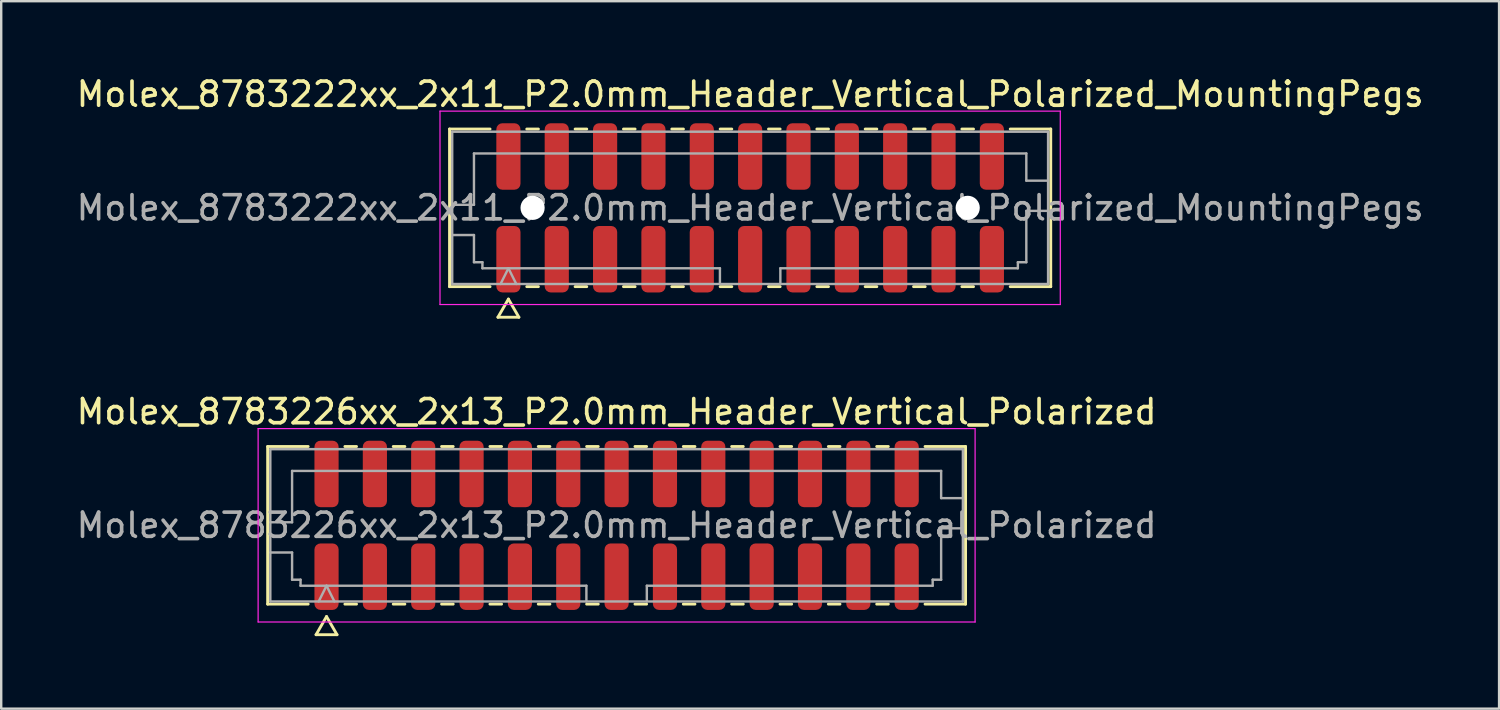
<source format=kicad_pcb>
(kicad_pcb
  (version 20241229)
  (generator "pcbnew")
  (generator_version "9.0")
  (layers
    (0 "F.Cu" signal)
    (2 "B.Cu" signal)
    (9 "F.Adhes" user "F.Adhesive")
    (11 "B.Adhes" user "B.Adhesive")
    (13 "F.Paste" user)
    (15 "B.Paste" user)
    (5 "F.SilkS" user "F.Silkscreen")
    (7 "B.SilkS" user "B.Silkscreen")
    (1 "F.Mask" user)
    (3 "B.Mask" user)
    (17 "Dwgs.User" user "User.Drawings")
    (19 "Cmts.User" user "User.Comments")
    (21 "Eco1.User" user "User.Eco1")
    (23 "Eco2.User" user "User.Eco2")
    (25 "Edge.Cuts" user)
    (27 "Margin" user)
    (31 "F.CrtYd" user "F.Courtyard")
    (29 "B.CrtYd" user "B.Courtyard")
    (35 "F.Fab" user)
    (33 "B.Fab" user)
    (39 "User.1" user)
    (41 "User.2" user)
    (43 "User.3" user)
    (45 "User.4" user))
  (footprint "Molex_8783222xx_2x11_P2.0mm_Header_Vertical_Polarized_MountingPegs"
    (layer "F.Cu")
    (at 27.982 5.548)
    (property "Reference" "Molex_8783222xx_2x11_P2.0mm_Header_Vertical_Polarized_MountingPegs" (at 0 -4.7 0) (layer "F.SilkS") (effects (font (size 1 1) (thickness 0.15))))
    (attr smd)
    (fp_line (start -12.435 -3.26) (end -10.76 -3.26) (stroke (width 0.12) (type solid)) (layer "F.SilkS"))
    (fp_line (start -12.435 3.26) (end -12.435 -3.26) (stroke (width 0.12) (type solid)) (layer "F.SilkS"))
    (fp_line (start -10.76 3.26) (end -12.435 3.26) (stroke (width 0.12) (type solid)) (layer "F.SilkS"))
    (fp_line (start -10.433 4.525) (end -10 3.775) (stroke (width 0.12) (type solid)) (layer "F.SilkS"))
    (fp_line (start -10 3.775) (end -9.567 4.525) (stroke (width 0.12) (type solid)) (layer "F.SilkS"))
    (fp_line (start -9.567 4.525) (end -10.433 4.525) (stroke (width 0.12) (type solid)) (layer "F.SilkS"))
    (fp_line (start -9.24 -3.26) (end -8.76 -3.26) (stroke (width 0.12) (type solid)) (layer "F.SilkS"))
    (fp_line (start -8.76 3.26) (end -9.24 3.26) (stroke (width 0.12) (type solid)) (layer "F.SilkS"))
    (fp_line (start -7.24 -3.26) (end -6.76 -3.26) (stroke (width 0.12) (type solid)) (layer "F.SilkS"))
    (fp_line (start -6.76 3.26) (end -7.24 3.26) (stroke (width 0.12) (type solid)) (layer "F.SilkS"))
    (fp_line (start -5.24 -3.26) (end -4.76 -3.26) (stroke (width 0.12) (type solid)) (layer "F.SilkS"))
    (fp_line (start -4.76 3.26) (end -5.24 3.26) (stroke (width 0.12) (type solid)) (layer "F.SilkS"))
    (fp_line (start -3.24 -3.26) (end -2.76 -3.26) (stroke (width 0.12) (type solid)) (layer "F.SilkS"))
    (fp_line (start -2.76 3.26) (end -3.24 3.26) (stroke (width 0.12) (type solid)) (layer "F.SilkS"))
    (fp_line (start -1.24 -3.26) (end -0.76 -3.26) (stroke (width 0.12) (type solid)) (layer "F.SilkS"))
    (fp_line (start -0.76 3.26) (end -1.24 3.26) (stroke (width 0.12) (type solid)) (layer "F.SilkS"))
    (fp_line (start 0.76 -3.26) (end 1.24 -3.26) (stroke (width 0.12) (type solid)) (layer "F.SilkS"))
    (fp_line (start 1.24 3.26) (end 0.76 3.26) (stroke (width 0.12) (type solid)) (layer "F.SilkS"))
    (fp_line (start 2.76 -3.26) (end 3.24 -3.26) (stroke (width 0.12) (type solid)) (layer "F.SilkS"))
    (fp_line (start 3.24 3.26) (end 2.76 3.26) (stroke (width 0.12) (type solid)) (layer "F.SilkS"))
    (fp_line (start 4.76 -3.26) (end 5.24 -3.26) (stroke (width 0.12) (type solid)) (layer "F.SilkS"))
    (fp_line (start 5.24 3.26) (end 4.76 3.26) (stroke (width 0.12) (type solid)) (layer "F.SilkS"))
    (fp_line (start 6.76 -3.26) (end 7.24 -3.26) (stroke (width 0.12) (type solid)) (layer "F.SilkS"))
    (fp_line (start 7.24 3.26) (end 6.76 3.26) (stroke (width 0.12) (type solid)) (layer "F.SilkS"))
    (fp_line (start 8.76 -3.26) (end 9.24 -3.26) (stroke (width 0.12) (type solid)) (layer "F.SilkS"))
    (fp_line (start 9.24 3.26) (end 8.76 3.26) (stroke (width 0.12) (type solid)) (layer "F.SilkS"))
    (fp_line (start 10.76 -3.26) (end 12.435 -3.26) (stroke (width 0.12) (type solid)) (layer "F.SilkS"))
    (fp_line (start 12.435 -3.26) (end 12.435 3.26) (stroke (width 0.12) (type solid)) (layer "F.SilkS"))
    (fp_line (start 12.435 3.26) (end 10.76 3.26) (stroke (width 0.12) (type solid)) (layer "F.SilkS"))
    (fp_line (start -12.83 -4) (end -12.83 4) (stroke (width 0.05) (type solid)) (layer "F.CrtYd"))
    (fp_line (start -12.83 4) (end 12.83 4) (stroke (width 0.05) (type solid)) (layer "F.CrtYd"))
    (fp_line (start 12.83 -4) (end -12.83 -4) (stroke (width 0.05) (type solid)) (layer "F.CrtYd"))
    (fp_line (start 12.83 4) (end 12.83 -4) (stroke (width 0.05) (type solid)) (layer "F.CrtYd"))
    (fp_line (start -12.325 -3.15) (end 12.325 -3.15) (stroke (width 0.1) (type solid)) (layer "F.Fab"))
    (fp_line (start -12.325 -0.125) (end -11.425 -0.125) (stroke (width 0.1) (type solid)) (layer "F.Fab"))
    (fp_line (start -12.325 1.125) (end -11.425 1.125) (stroke (width 0.1) (type solid)) (layer "F.Fab"))
    (fp_line (start -12.325 3.15) (end -12.325 -3.15) (stroke (width 0.1) (type solid)) (layer "F.Fab"))
    (fp_line (start -11.425 -2.25) (end 11.425 -2.25) (stroke (width 0.1) (type solid)) (layer "F.Fab"))
    (fp_line (start -11.425 -0.125) (end -11.425 -2.25) (stroke (width 0.1) (type solid)) (layer "F.Fab"))
    (fp_line (start -11.425 1.125) (end -11.425 2.25) (stroke (width 0.1) (type solid)) (layer "F.Fab"))
    (fp_line (start -11.425 2.25) (end -11.075 2.25) (stroke (width 0.1) (type solid)) (layer "F.Fab"))
    (fp_line (start -11.075 2.25) (end -11.075 2.5) (stroke (width 0.1) (type solid)) (layer "F.Fab"))
    (fp_line (start -11.075 2.5) (end -1.25 2.5) (stroke (width 0.1) (type solid)) (layer "F.Fab"))
    (fp_line (start -10.325 3.15) (end -10 2.5) (stroke (width 0.1) (type solid)) (layer "F.Fab"))
    (fp_line (start -10 2.5) (end -9.675 3.15) (stroke (width 0.1) (type solid)) (layer "F.Fab"))
    (fp_line (start -1.25 2.5) (end -1.25 3.15) (stroke (width 0.1) (type solid)) (layer "F.Fab"))
    (fp_line (start 1.25 2.5) (end 1.25 3.15) (stroke (width 0.1) (type solid)) (layer "F.Fab"))
    (fp_line (start 1.25 2.5) (end 11.075 2.5) (stroke (width 0.1) (type solid)) (layer "F.Fab"))
    (fp_line (start 11.075 2.25) (end 11.425 2.25) (stroke (width 0.1) (type solid)) (layer "F.Fab"))
    (fp_line (start 11.075 2.5) (end 11.075 2.25) (stroke (width 0.1) (type solid)) (layer "F.Fab"))
    (fp_line (start 11.425 -2.25) (end 11.425 -1.125) (stroke (width 0.1) (type solid)) (layer "F.Fab"))
    (fp_line (start 11.425 -1.125) (end 12.325 -1.125) (stroke (width 0.1) (type solid)) (layer "F.Fab"))
    (fp_line (start 11.425 0.125) (end 12.325 0.125) (stroke (width 0.1) (type solid)) (layer "F.Fab"))
    (fp_line (start 11.425 2.25) (end 11.425 0.125) (stroke (width 0.1) (type solid)) (layer "F.Fab"))
    (fp_line (start 12.325 -3.15) (end 12.325 3.15) (stroke (width 0.1) (type solid)) (layer "F.Fab"))
    (fp_line (start 12.325 3.15) (end -12.325 3.15) (stroke (width 0.1) (type solid)) (layer "F.Fab"))
    (fp_text user "${REFERENCE}" (at 0 0 0) (layer "F.Fab") (effects (font (size 1 1) (thickness 0.15))))
    (pad "" np_thru_hole circle (at -9 0) (size 1 1) (drill 1) (layers "*.Cu" "*.Mask"))
    (pad "" np_thru_hole circle (at 9 0) (size 1 1) (drill 1) (layers "*.Cu" "*.Mask"))
    (pad "1" smd roundrect (at -10 2.125) (size 1 2.75) (layers "F.Cu" "F.Mask" "F.Paste") (roundrect_rratio 0.25))
    (pad "2" smd roundrect (at -10 -2.125) (size 1 2.75) (layers "F.Cu" "F.Mask" "F.Paste") (roundrect_rratio 0.25))
    (pad "3" smd roundrect (at -8 2.125) (size 1 2.75) (layers "F.Cu" "F.Mask" "F.Paste") (roundrect_rratio 0.25))
    (pad "4" smd roundrect (at -8 -2.125) (size 1 2.75) (layers "F.Cu" "F.Mask" "F.Paste") (roundrect_rratio 0.25))
    (pad "5" smd roundrect (at -6 2.125) (size 1 2.75) (layers "F.Cu" "F.Mask" "F.Paste") (roundrect_rratio 0.25))
    (pad "6" smd roundrect (at -6 -2.125) (size 1 2.75) (layers "F.Cu" "F.Mask" "F.Paste") (roundrect_rratio 0.25))
    (pad "7" smd roundrect (at -4 2.125) (size 1 2.75) (layers "F.Cu" "F.Mask" "F.Paste") (roundrect_rratio 0.25))
    (pad "8" smd roundrect (at -4 -2.125) (size 1 2.75) (layers "F.Cu" "F.Mask" "F.Paste") (roundrect_rratio 0.25))
    (pad "9" smd roundrect (at -2 2.125) (size 1 2.75) (layers "F.Cu" "F.Mask" "F.Paste") (roundrect_rratio 0.25))
    (pad "10" smd roundrect (at -2 -2.125) (size 1 2.75) (layers "F.Cu" "F.Mask" "F.Paste") (roundrect_rratio 0.25))
    (pad "11" smd roundrect (at 0 2.125) (size 1 2.75) (layers "F.Cu" "F.Mask" "F.Paste") (roundrect_rratio 0.25))
    (pad "12" smd roundrect (at 0 -2.125) (size 1 2.75) (layers "F.Cu" "F.Mask" "F.Paste") (roundrect_rratio 0.25))
    (pad "13" smd roundrect (at 2 2.125) (size 1 2.75) (layers "F.Cu" "F.Mask" "F.Paste") (roundrect_rratio 0.25))
    (pad "14" smd roundrect (at 2 -2.125) (size 1 2.75) (layers "F.Cu" "F.Mask" "F.Paste") (roundrect_rratio 0.25))
    (pad "15" smd roundrect (at 4 2.125) (size 1 2.75) (layers "F.Cu" "F.Mask" "F.Paste") (roundrect_rratio 0.25))
    (pad "16" smd roundrect (at 4 -2.125) (size 1 2.75) (layers "F.Cu" "F.Mask" "F.Paste") (roundrect_rratio 0.25))
    (pad "17" smd roundrect (at 6 2.125) (size 1 2.75) (layers "F.Cu" "F.Mask" "F.Paste") (roundrect_rratio 0.25))
    (pad "18" smd roundrect (at 6 -2.125) (size 1 2.75) (layers "F.Cu" "F.Mask" "F.Paste") (roundrect_rratio 0.25))
    (pad "19" smd roundrect (at 8 2.125) (size 1 2.75) (layers "F.Cu" "F.Mask" "F.Paste") (roundrect_rratio 0.25))
    (pad "20" smd roundrect (at 8 -2.125) (size 1 2.75) (layers "F.Cu" "F.Mask" "F.Paste") (roundrect_rratio 0.25))
    (pad "21" smd roundrect (at 10 2.125) (size 1 2.75) (layers "F.Cu" "F.Mask" "F.Paste") (roundrect_rratio 0.25))
    (pad "22" smd roundrect (at 10 -2.125) (size 1 2.75) (layers "F.Cu" "F.Mask" "F.Paste") (roundrect_rratio 0.25)))
  (footprint "Molex_8783226xx_2x13_P2.0mm_Header_Vertical_Polarized"
    (layer "F.Cu")
    (at 22.458 18.681)
    (property "Reference" "Molex_8783226xx_2x13_P2.0mm_Header_Vertical_Polarized" (at 0 -4.7 0) (layer "F.SilkS") (effects (font (size 1 1) (thickness 0.15))))
    (attr smd)
    (fp_line (start -14.435 -3.26) (end -12.76 -3.26) (stroke (width 0.12) (type solid)) (layer "F.SilkS"))
    (fp_line (start -14.435 3.26) (end -14.435 -3.26) (stroke (width 0.12) (type solid)) (layer "F.SilkS"))
    (fp_line (start -12.76 3.26) (end -14.435 3.26) (stroke (width 0.12) (type solid)) (layer "F.SilkS"))
    (fp_line (start -12.433 4.525) (end -12 3.775) (stroke (width 0.12) (type solid)) (layer "F.SilkS"))
    (fp_line (start -12 3.775) (end -11.567 4.525) (stroke (width 0.12) (type solid)) (layer "F.SilkS"))
    (fp_line (start -11.567 4.525) (end -12.433 4.525) (stroke (width 0.12) (type solid)) (layer "F.SilkS"))
    (fp_line (start -11.24 -3.26) (end -10.76 -3.26) (stroke (width 0.12) (type solid)) (layer "F.SilkS"))
    (fp_line (start -10.76 3.26) (end -11.24 3.26) (stroke (width 0.12) (type solid)) (layer "F.SilkS"))
    (fp_line (start -9.24 -3.26) (end -8.76 -3.26) (stroke (width 0.12) (type solid)) (layer "F.SilkS"))
    (fp_line (start -8.76 3.26) (end -9.24 3.26) (stroke (width 0.12) (type solid)) (layer "F.SilkS"))
    (fp_line (start -7.24 -3.26) (end -6.76 -3.26) (stroke (width 0.12) (type solid)) (layer "F.SilkS"))
    (fp_line (start -6.76 3.26) (end -7.24 3.26) (stroke (width 0.12) (type solid)) (layer "F.SilkS"))
    (fp_line (start -5.24 -3.26) (end -4.76 -3.26) (stroke (width 0.12) (type solid)) (layer "F.SilkS"))
    (fp_line (start -4.76 3.26) (end -5.24 3.26) (stroke (width 0.12) (type solid)) (layer "F.SilkS"))
    (fp_line (start -3.24 -3.26) (end -2.76 -3.26) (stroke (width 0.12) (type solid)) (layer "F.SilkS"))
    (fp_line (start -2.76 3.26) (end -3.24 3.26) (stroke (width 0.12) (type solid)) (layer "F.SilkS"))
    (fp_line (start -1.24 -3.26) (end -0.76 -3.26) (stroke (width 0.12) (type solid)) (layer "F.SilkS"))
    (fp_line (start -0.76 3.26) (end -1.24 3.26) (stroke (width 0.12) (type solid)) (layer "F.SilkS"))
    (fp_line (start 0.76 -3.26) (end 1.24 -3.26) (stroke (width 0.12) (type solid)) (layer "F.SilkS"))
    (fp_line (start 1.24 3.26) (end 0.76 3.26) (stroke (width 0.12) (type solid)) (layer "F.SilkS"))
    (fp_line (start 2.76 -3.26) (end 3.24 -3.26) (stroke (width 0.12) (type solid)) (layer "F.SilkS"))
    (fp_line (start 3.24 3.26) (end 2.76 3.26) (stroke (width 0.12) (type solid)) (layer "F.SilkS"))
    (fp_line (start 4.76 -3.26) (end 5.24 -3.26) (stroke (width 0.12) (type solid)) (layer "F.SilkS"))
    (fp_line (start 5.24 3.26) (end 4.76 3.26) (stroke (width 0.12) (type solid)) (layer "F.SilkS"))
    (fp_line (start 6.76 -3.26) (end 7.24 -3.26) (stroke (width 0.12) (type solid)) (layer "F.SilkS"))
    (fp_line (start 7.24 3.26) (end 6.76 3.26) (stroke (width 0.12) (type solid)) (layer "F.SilkS"))
    (fp_line (start 8.76 -3.26) (end 9.24 -3.26) (stroke (width 0.12) (type solid)) (layer "F.SilkS"))
    (fp_line (start 9.24 3.26) (end 8.76 3.26) (stroke (width 0.12) (type solid)) (layer "F.SilkS"))
    (fp_line (start 10.76 -3.26) (end 11.24 -3.26) (stroke (width 0.12) (type solid)) (layer "F.SilkS"))
    (fp_line (start 11.24 3.26) (end 10.76 3.26) (stroke (width 0.12) (type solid)) (layer "F.SilkS"))
    (fp_line (start 12.76 -3.26) (end 14.435 -3.26) (stroke (width 0.12) (type solid)) (layer "F.SilkS"))
    (fp_line (start 14.435 -3.26) (end 14.435 3.26) (stroke (width 0.12) (type solid)) (layer "F.SilkS"))
    (fp_line (start 14.435 3.26) (end 12.76 3.26) (stroke (width 0.12) (type solid)) (layer "F.SilkS"))
    (fp_line (start -14.83 -4) (end -14.83 4) (stroke (width 0.05) (type solid)) (layer "F.CrtYd"))
    (fp_line (start -14.83 4) (end 14.83 4) (stroke (width 0.05) (type solid)) (layer "F.CrtYd"))
    (fp_line (start 14.83 -4) (end -14.83 -4) (stroke (width 0.05) (type solid)) (layer "F.CrtYd"))
    (fp_line (start 14.83 4) (end 14.83 -4) (stroke (width 0.05) (type solid)) (layer "F.CrtYd"))
    (fp_line (start -14.325 -3.15) (end 14.325 -3.15) (stroke (width 0.1) (type solid)) (layer "F.Fab"))
    (fp_line (start -14.325 -0.125) (end -13.425 -0.125) (stroke (width 0.1) (type solid)) (layer "F.Fab"))
    (fp_line (start -14.325 1.125) (end -13.425 1.125) (stroke (width 0.1) (type solid)) (layer "F.Fab"))
    (fp_line (start -14.325 3.15) (end -14.325 -3.15) (stroke (width 0.1) (type solid)) (layer "F.Fab"))
    (fp_line (start -13.425 -2.25) (end 13.425 -2.25) (stroke (width 0.1) (type solid)) (layer "F.Fab"))
    (fp_line (start -13.425 -0.125) (end -13.425 -2.25) (stroke (width 0.1) (type solid)) (layer "F.Fab"))
    (fp_line (start -13.425 1.125) (end -13.425 2.25) (stroke (width 0.1) (type solid)) (layer "F.Fab"))
    (fp_line (start -13.425 2.25) (end -13.075 2.25) (stroke (width 0.1) (type solid)) (layer "F.Fab"))
    (fp_line (start -13.075 2.25) (end -13.075 2.5) (stroke (width 0.1) (type solid)) (layer "F.Fab"))
    (fp_line (start -13.075 2.5) (end -1.25 2.5) (stroke (width 0.1) (type solid)) (layer "F.Fab"))
    (fp_line (start -12.325 3.15) (end -12 2.5) (stroke (width 0.1) (type solid)) (layer "F.Fab"))
    (fp_line (start -12 2.5) (end -11.675 3.15) (stroke (width 0.1) (type solid)) (layer "F.Fab"))
    (fp_line (start -1.25 2.5) (end -1.25 3.15) (stroke (width 0.1) (type solid)) (layer "F.Fab"))
    (fp_line (start 1.25 2.5) (end 1.25 3.15) (stroke (width 0.1) (type solid)) (layer "F.Fab"))
    (fp_line (start 1.25 2.5) (end 13.075 2.5) (stroke (width 0.1) (type solid)) (layer "F.Fab"))
    (fp_line (start 13.075 2.25) (end 13.425 2.25) (stroke (width 0.1) (type solid)) (layer "F.Fab"))
    (fp_line (start 13.075 2.5) (end 13.075 2.25) (stroke (width 0.1) (type solid)) (layer "F.Fab"))
    (fp_line (start 13.425 -2.25) (end 13.425 -1.125) (stroke (width 0.1) (type solid)) (layer "F.Fab"))
    (fp_line (start 13.425 -1.125) (end 14.325 -1.125) (stroke (width 0.1) (type solid)) (layer "F.Fab"))
    (fp_line (start 13.425 0.125) (end 14.325 0.125) (stroke (width 0.1) (type solid)) (layer "F.Fab"))
    (fp_line (start 13.425 2.25) (end 13.425 0.125) (stroke (width 0.1) (type solid)) (layer "F.Fab"))
    (fp_line (start 14.325 -3.15) (end 14.325 3.15) (stroke (width 0.1) (type solid)) (layer "F.Fab"))
    (fp_line (start 14.325 3.15) (end -14.325 3.15) (stroke (width 0.1) (type solid)) (layer "F.Fab"))
    (fp_text user "${REFERENCE}" (at 0 0 0) (layer "F.Fab") (effects (font (size 1 1) (thickness 0.15))))
    (pad "1" smd roundrect (at -12 2.125) (size 1 2.75) (layers "F.Cu" "F.Mask" "F.Paste") (roundrect_rratio 0.25))
    (pad "2" smd roundrect (at -12 -2.125) (size 1 2.75) (layers "F.Cu" "F.Mask" "F.Paste") (roundrect_rratio 0.25))
    (pad "3" smd roundrect (at -10 2.125) (size 1 2.75) (layers "F.Cu" "F.Mask" "F.Paste") (roundrect_rratio 0.25))
    (pad "4" smd roundrect (at -10 -2.125) (size 1 2.75) (layers "F.Cu" "F.Mask" "F.Paste") (roundrect_rratio 0.25))
    (pad "5" smd roundrect (at -8 2.125) (size 1 2.75) (layers "F.Cu" "F.Mask" "F.Paste") (roundrect_rratio 0.25))
    (pad "6" smd roundrect (at -8 -2.125) (size 1 2.75) (layers "F.Cu" "F.Mask" "F.Paste") (roundrect_rratio 0.25))
    (pad "7" smd roundrect (at -6 2.125) (size 1 2.75) (layers "F.Cu" "F.Mask" "F.Paste") (roundrect_rratio 0.25))
    (pad "8" smd roundrect (at -6 -2.125) (size 1 2.75) (layers "F.Cu" "F.Mask" "F.Paste") (roundrect_rratio 0.25))
    (pad "9" smd roundrect (at -4 2.125) (size 1 2.75) (layers "F.Cu" "F.Mask" "F.Paste") (roundrect_rratio 0.25))
    (pad "10" smd roundrect (at -4 -2.125) (size 1 2.75) (layers "F.Cu" "F.Mask" "F.Paste") (roundrect_rratio 0.25))
    (pad "11" smd roundrect (at -2 2.125) (size 1 2.75) (layers "F.Cu" "F.Mask" "F.Paste") (roundrect_rratio 0.25))
    (pad "12" smd roundrect (at -2 -2.125) (size 1 2.75) (layers "F.Cu" "F.Mask" "F.Paste") (roundrect_rratio 0.25))
    (pad "13" smd roundrect (at 0 2.125) (size 1 2.75) (layers "F.Cu" "F.Mask" "F.Paste") (roundrect_rratio 0.25))
    (pad "14" smd roundrect (at 0 -2.125) (size 1 2.75) (layers "F.Cu" "F.Mask" "F.Paste") (roundrect_rratio 0.25))
    (pad "15" smd roundrect (at 2 2.125) (size 1 2.75) (layers "F.Cu" "F.Mask" "F.Paste") (roundrect_rratio 0.25))
    (pad "16" smd roundrect (at 2 -2.125) (size 1 2.75) (layers "F.Cu" "F.Mask" "F.Paste") (roundrect_rratio 0.25))
    (pad "17" smd roundrect (at 4 2.125) (size 1 2.75) (layers "F.Cu" "F.Mask" "F.Paste") (roundrect_rratio 0.25))
    (pad "18" smd roundrect (at 4 -2.125) (size 1 2.75) (layers "F.Cu" "F.Mask" "F.Paste") (roundrect_rratio 0.25))
    (pad "19" smd roundrect (at 6 2.125) (size 1 2.75) (layers "F.Cu" "F.Mask" "F.Paste") (roundrect_rratio 0.25))
    (pad "20" smd roundrect (at 6 -2.125) (size 1 2.75) (layers "F.Cu" "F.Mask" "F.Paste") (roundrect_rratio 0.25))
    (pad "21" smd roundrect (at 8 2.125) (size 1 2.75) (layers "F.Cu" "F.Mask" "F.Paste") (roundrect_rratio 0.25))
    (pad "22" smd roundrect (at 8 -2.125) (size 1 2.75) (layers "F.Cu" "F.Mask" "F.Paste") (roundrect_rratio 0.25))
    (pad "23" smd roundrect (at 10 2.125) (size 1 2.75) (layers "F.Cu" "F.Mask" "F.Paste") (roundrect_rratio 0.25))
    (pad "24" smd roundrect (at 10 -2.125) (size 1 2.75) (layers "F.Cu" "F.Mask" "F.Paste") (roundrect_rratio 0.25))
    (pad "25" smd roundrect (at 12 2.125) (size 1 2.75) (layers "F.Cu" "F.Mask" "F.Paste") (roundrect_rratio 0.25))
    (pad "26" smd roundrect (at 12 -2.125) (size 1 2.75) (layers "F.Cu" "F.Mask" "F.Paste") (roundrect_rratio 0.25)))
  (gr_rect
    (start -3 -3)
    (end 58.964 26.267)
    (stroke (width 0.1) (type default))
    (fill no)
    (layer "Edge.Cuts")))
</source>
